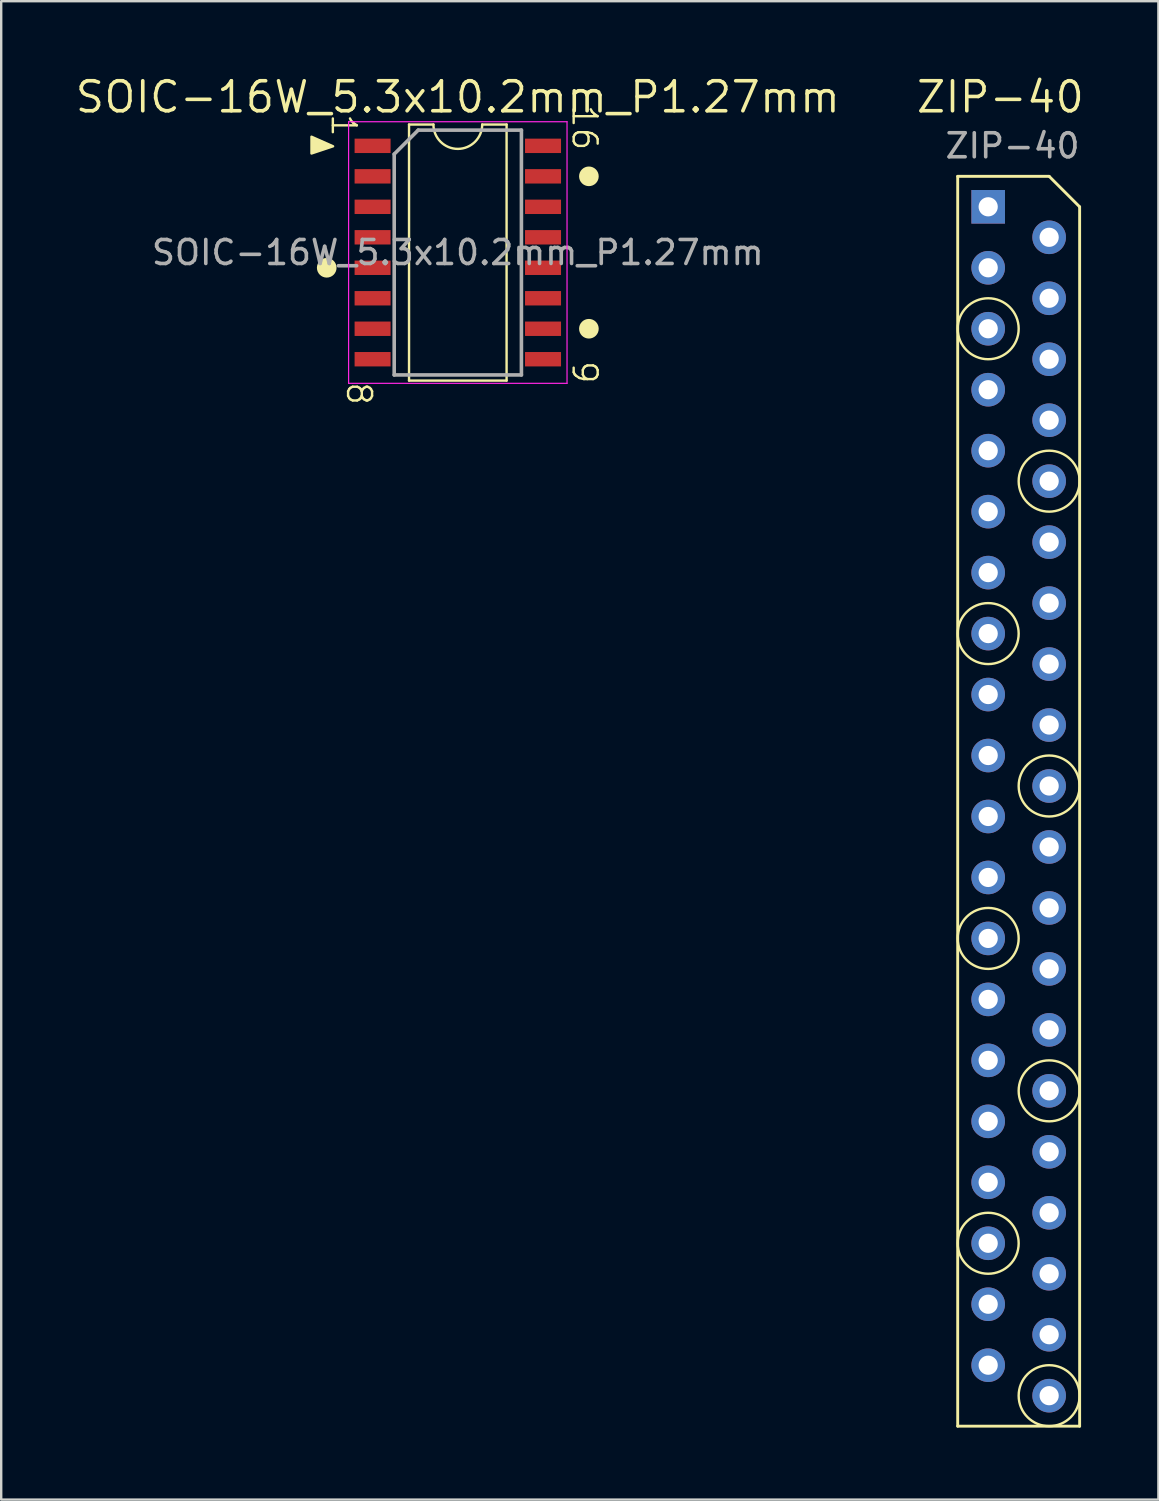
<source format=kicad_pcb>
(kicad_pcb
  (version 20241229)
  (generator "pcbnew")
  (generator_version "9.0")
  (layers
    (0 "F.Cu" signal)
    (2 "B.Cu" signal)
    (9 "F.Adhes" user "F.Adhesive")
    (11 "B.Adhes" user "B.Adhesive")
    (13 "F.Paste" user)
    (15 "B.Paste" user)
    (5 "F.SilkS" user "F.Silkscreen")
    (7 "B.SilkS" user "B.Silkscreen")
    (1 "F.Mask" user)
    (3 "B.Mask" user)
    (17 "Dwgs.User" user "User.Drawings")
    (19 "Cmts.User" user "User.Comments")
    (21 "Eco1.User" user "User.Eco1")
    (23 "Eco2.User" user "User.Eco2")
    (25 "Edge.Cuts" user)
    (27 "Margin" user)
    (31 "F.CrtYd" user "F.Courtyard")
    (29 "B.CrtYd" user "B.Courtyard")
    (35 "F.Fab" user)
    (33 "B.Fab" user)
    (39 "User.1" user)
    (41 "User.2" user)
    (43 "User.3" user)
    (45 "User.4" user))
  (footprint "ZIP-40"
    (layer "F.Cu")
    (at 38.119 5.566)
    (property "Reference" "ZIP-40" (at 0.508 -4.572 0) (layer "F.SilkS") (effects (font (size 1.25 1.25) (thickness 0.15))))
    (attr through_hole)
    (fp_line (start -1.27 -1.27) (end -1.27 50.8) (stroke (width 0.12) (type solid)) (layer "F.SilkS"))
    (fp_line (start -1.27 50.8) (end 3.81 50.8) (stroke (width 0.12) (type solid)) (layer "F.SilkS"))
    (fp_line (start 2.54 -1.27) (end -1.27 -1.27) (stroke (width 0.12) (type solid)) (layer "F.SilkS"))
    (fp_line (start 3.81 0) (end 2.54 -1.27) (stroke (width 0.12) (type solid)) (layer "F.SilkS"))
    (fp_line (start 3.81 50.8) (end 3.81 0) (stroke (width 0.12) (type solid)) (layer "F.SilkS"))
    (fp_circle (center 0 5.08) (end 1.27 5.08) (stroke (width 0.1) (type default)) (fill no) (layer "F.SilkS"))
    (fp_circle (center 0 17.78) (end 1.27 17.78) (stroke (width 0.1) (type default)) (fill no) (layer "F.SilkS"))
    (fp_circle (center 0 30.48) (end 1.27 30.48) (stroke (width 0.1) (type default)) (fill no) (layer "F.SilkS"))
    (fp_circle (center 0 43.18) (end 1.27 43.18) (stroke (width 0.1) (type default)) (fill no) (layer "F.SilkS"))
    (fp_circle (center 2.54 11.43) (end 3.81 11.43) (stroke (width 0.1) (type default)) (fill no) (layer "F.SilkS"))
    (fp_circle (center 2.54 24.13) (end 3.81 24.13) (stroke (width 0.1) (type default)) (fill no) (layer "F.SilkS"))
    (fp_circle (center 2.54 36.83) (end 3.81 36.83) (stroke (width 0.1) (type default)) (fill no) (layer "F.SilkS"))
    (fp_circle (center 2.54 49.53) (end 3.81 49.53) (stroke (width 0.1) (type default)) (fill no) (layer "F.SilkS"))
    (fp_text user "${REFERENCE}" (at 1.016 -2.54 0) (layer "F.Fab") (effects (font (size 1 1) (thickness 0.15))))
    (pad "1" thru_hole rect (at 0 0) (size 1.4 1.4) (drill 0.8) (layers "*.Cu" "*.Mask"))
    (pad "2" thru_hole oval (at 2.54 1.27) (size 1.4 1.4) (drill 0.8) (layers "*.Cu" "*.Mask"))
    (pad "3" thru_hole oval (at 0 2.54) (size 1.4 1.4) (drill 0.8) (layers "*.Cu" "*.Mask"))
    (pad "4" thru_hole oval (at 2.54 3.81) (size 1.4 1.4) (drill 0.8) (layers "*.Cu" "*.Mask"))
    (pad "5" thru_hole oval (at 0 5.08) (size 1.4 1.4) (drill 0.8) (layers "*.Cu" "*.Mask"))
    (pad "6" thru_hole oval (at 2.54 6.35) (size 1.4 1.4) (drill 0.8) (layers "*.Cu" "*.Mask"))
    (pad "7" thru_hole oval (at 0 7.62) (size 1.4 1.4) (drill 0.8) (layers "*.Cu" "*.Mask"))
    (pad "8" thru_hole oval (at 2.54 8.89) (size 1.4 1.4) (drill 0.8) (layers "*.Cu" "*.Mask"))
    (pad "9" thru_hole oval (at 0 10.16) (size 1.4 1.4) (drill 0.8) (layers "*.Cu" "*.Mask"))
    (pad "10" thru_hole oval (at 2.54 11.43) (size 1.4 1.4) (drill 0.8) (layers "*.Cu" "*.Mask"))
    (pad "11" thru_hole oval (at 0 12.7) (size 1.4 1.4) (drill 0.8) (layers "*.Cu" "*.Mask"))
    (pad "12" thru_hole oval (at 2.54 13.97) (size 1.4 1.4) (drill 0.8) (layers "*.Cu" "*.Mask"))
    (pad "13" thru_hole oval (at 0 15.24) (size 1.4 1.4) (drill 0.8) (layers "*.Cu" "*.Mask"))
    (pad "14" thru_hole oval (at 2.54 16.51) (size 1.4 1.4) (drill 0.8) (layers "*.Cu" "*.Mask"))
    (pad "15" thru_hole oval (at 0 17.78) (size 1.4 1.4) (drill 0.8) (layers "*.Cu" "*.Mask"))
    (pad "16" thru_hole oval (at 2.54 19.05) (size 1.4 1.4) (drill 0.8) (layers "*.Cu" "*.Mask"))
    (pad "17" thru_hole oval (at 0 20.32) (size 1.4 1.4) (drill 0.8) (layers "*.Cu" "*.Mask"))
    (pad "18" thru_hole oval (at 2.54 21.59) (size 1.4 1.4) (drill 0.8) (layers "*.Cu" "*.Mask"))
    (pad "19" thru_hole oval (at 0 22.86) (size 1.4 1.4) (drill 0.8) (layers "*.Cu" "*.Mask"))
    (pad "20" thru_hole oval (at 2.54 24.13) (size 1.4 1.4) (drill 0.8) (layers "*.Cu" "*.Mask"))
    (pad "21" thru_hole oval (at 0 25.4) (size 1.4 1.4) (drill 0.8) (layers "*.Cu" "*.Mask"))
    (pad "22" thru_hole oval (at 2.54 26.67) (size 1.4 1.4) (drill 0.8) (layers "*.Cu" "*.Mask"))
    (pad "23" thru_hole oval (at 0 27.94) (size 1.4 1.4) (drill 0.8) (layers "*.Cu" "*.Mask"))
    (pad "24" thru_hole oval (at 2.54 29.21) (size 1.4 1.4) (drill 0.8) (layers "*.Cu" "*.Mask"))
    (pad "25" thru_hole oval (at 0 30.48) (size 1.4 1.4) (drill 0.8) (layers "*.Cu" "*.Mask"))
    (pad "26" thru_hole oval (at 2.54 31.75) (size 1.4 1.4) (drill 0.8) (layers "*.Cu" "*.Mask"))
    (pad "27" thru_hole oval (at 0 33.02) (size 1.4 1.4) (drill 0.8) (layers "*.Cu" "*.Mask"))
    (pad "28" thru_hole oval (at 2.54 34.29) (size 1.4 1.4) (drill 0.8) (layers "*.Cu" "*.Mask"))
    (pad "29" thru_hole oval (at 0 35.56) (size 1.4 1.4) (drill 0.8) (layers "*.Cu" "*.Mask"))
    (pad "30" thru_hole oval (at 2.54 36.83) (size 1.4 1.4) (drill 0.8) (layers "*.Cu" "*.Mask"))
    (pad "31" thru_hole oval (at 0 38.1) (size 1.4 1.4) (drill 0.8) (layers "*.Cu" "*.Mask"))
    (pad "32" thru_hole oval (at 2.54 39.37) (size 1.4 1.4) (drill 0.8) (layers "*.Cu" "*.Mask"))
    (pad "33" thru_hole oval (at 0 40.64) (size 1.4 1.4) (drill 0.8) (layers "*.Cu" "*.Mask"))
    (pad "34" thru_hole oval (at 2.54 41.91) (size 1.4 1.4) (drill 0.8) (layers "*.Cu" "*.Mask"))
    (pad "35" thru_hole oval (at 0 43.18) (size 1.4 1.4) (drill 0.8) (layers "*.Cu" "*.Mask"))
    (pad "36" thru_hole oval (at 2.54 44.45) (size 1.4 1.4) (drill 0.8) (layers "*.Cu" "*.Mask"))
    (pad "37" thru_hole oval (at 0 45.72) (size 1.4 1.4) (drill 0.8) (layers "*.Cu" "*.Mask"))
    (pad "38" thru_hole oval (at 2.54 46.99) (size 1.4 1.4) (drill 0.8) (layers "*.Cu" "*.Mask"))
    (pad "39" thru_hole oval (at 0 48.26) (size 1.4 1.4) (drill 0.8) (layers "*.Cu" "*.Mask"))
    (pad "40" thru_hole oval (at 2.54 49.53) (size 1.4 1.4) (drill 0.8) (layers "*.Cu" "*.Mask")))
  (footprint "SOIC-16W_5.3x10.2mm_P1.27mm"
    (layer "F.Cu")
    (at 16.023 7.471)
    (property "Reference" "SOIC-16W_5.3x10.2mm_P1.27mm" (at 0 -6.477 0) (layer "F.SilkS") (effects (font (size 1.25 1.25) (thickness 0.15))))
    (attr smd)
    (fp_line (start -2.032 -5.334) (end -1.016 -5.334) (stroke (width 0.1) (type solid)) (layer "F.SilkS"))
    (fp_line (start -2.032 5.334) (end -2.032 -5.334) (stroke (width 0.1) (type solid)) (layer "F.SilkS"))
    (fp_line (start 2.032 -5.334) (end 1.016 -5.334) (stroke (width 0.1) (type solid)) (layer "F.SilkS"))
    (fp_line (start 2.032 5.334) (end -2.032 5.334) (stroke (width 0.1) (type solid)) (layer "F.SilkS"))
    (fp_line (start 2.032 5.334) (end 2.032 -5.334) (stroke (width 0.1) (type solid)) (layer "F.SilkS"))
    (fp_arc (start 1.016 -5.334) (mid 0 -4.318) (end -1.016 -5.334) (stroke (width 0.1) (type solid)) (layer "F.SilkS"))
    (fp_circle (center -5.461 0.635) (end -5.461 0.994) (stroke (width 0.1) (type solid)) (fill yes) (layer "F.SilkS"))
    (fp_circle (center 5.461 -3.175) (end 5.461 -2.816) (stroke (width 0.1) (type solid)) (fill yes) (layer "F.SilkS"))
    (fp_circle (center 5.461 3.175) (end 5.461 3.534) (stroke (width 0.1) (type solid)) (fill yes) (layer "F.SilkS"))
    (fp_poly (pts (xy -5.196 -4.426) (xy -6.096 -4.826) (xy -6.096 -4.126)) (stroke (width 0.1) (type solid)) (fill yes) (layer "F.SilkS"))
    (fp_line (start -4.55 -5.45) (end -4.55 5.45) (stroke (width 0.05) (type solid)) (layer "F.CrtYd"))
    (fp_line (start -4.55 -5.45) (end 4.55 -5.45) (stroke (width 0.05) (type solid)) (layer "F.CrtYd"))
    (fp_line (start -4.55 5.45) (end 4.55 5.45) (stroke (width 0.05) (type solid)) (layer "F.CrtYd"))
    (fp_line (start 4.55 -5.45) (end 4.55 5.45) (stroke (width 0.05) (type solid)) (layer "F.CrtYd"))
    (fp_line (start -2.65 -4.1) (end -1.65 -5.1) (stroke (width 0.15) (type solid)) (layer "F.Fab"))
    (fp_line (start -2.65 5.1) (end -2.65 -4.1) (stroke (width 0.15) (type solid)) (layer "F.Fab"))
    (fp_line (start -1.65 -5.1) (end 2.65 -5.1) (stroke (width 0.15) (type solid)) (layer "F.Fab"))
    (fp_line (start 2.65 -5.1) (end 2.65 5.1) (stroke (width 0.15) (type solid)) (layer "F.Fab"))
    (fp_line (start 2.65 5.1) (end -2.65 5.1) (stroke (width 0.15) (type solid)) (layer "F.Fab"))
    (fp_text user "8" (at -4.699 5.334 270) (unlocked yes) (layer "F.SilkS") (effects (font (size 1 1) (thickness 0.1)) (justify left bottom)))
    (fp_text user "16" (at 4.699 -6.223 270) (unlocked yes) (layer "F.SilkS") (effects (font (size 1 1) (thickness 0.1)) (justify left bottom)))
    (fp_text user "9" (at 4.699 4.445 270) (unlocked yes) (layer "F.SilkS") (effects (font (size 1 1) (thickness 0.1)) (justify left bottom)))
    (fp_text user "1" (at -5.334 -5.842 270) (unlocked yes) (layer "F.SilkS") (effects (font (size 1 1) (thickness 0.1)) (justify left bottom)))
    (fp_text user "${REFERENCE}" (at 0 0 0) (layer "F.Fab") (effects (font (size 1 1) (thickness 0.15))))
    (pad "1" smd rect (at -3.55 -4.445) (size 1.5 0.6) (layers "F.Cu" "F.Mask" "F.Paste"))
    (pad "2" smd rect (at -3.55 -3.175) (size 1.5 0.6) (layers "F.Cu" "F.Mask" "F.Paste"))
    (pad "3" smd rect (at -3.55 -1.905) (size 1.5 0.6) (layers "F.Cu" "F.Mask" "F.Paste"))
    (pad "4" smd rect (at -3.55 -0.635) (size 1.5 0.6) (layers "F.Cu" "F.Mask" "F.Paste"))
    (pad "5" smd rect (at -3.55 0.635) (size 1.5 0.6) (layers "F.Cu" "F.Mask" "F.Paste"))
    (pad "6" smd rect (at -3.55 1.905) (size 1.5 0.6) (layers "F.Cu" "F.Mask" "F.Paste"))
    (pad "7" smd rect (at -3.55 3.175) (size 1.5 0.6) (layers "F.Cu" "F.Mask" "F.Paste"))
    (pad "8" smd rect (at -3.55 4.445) (size 1.5 0.6) (layers "F.Cu" "F.Mask" "F.Paste"))
    (pad "9" smd rect (at 3.55 4.445) (size 1.5 0.6) (layers "F.Cu" "F.Mask" "F.Paste"))
    (pad "10" smd rect (at 3.55 3.175) (size 1.5 0.6) (layers "F.Cu" "F.Mask" "F.Paste"))
    (pad "11" smd rect (at 3.55 1.905) (size 1.5 0.6) (layers "F.Cu" "F.Mask" "F.Paste"))
    (pad "12" smd rect (at 3.55 0.635) (size 1.5 0.6) (layers "F.Cu" "F.Mask" "F.Paste"))
    (pad "13" smd rect (at 3.55 -0.635) (size 1.5 0.6) (layers "F.Cu" "F.Mask" "F.Paste"))
    (pad "14" smd rect (at 3.55 -1.905) (size 1.5 0.6) (layers "F.Cu" "F.Mask" "F.Paste"))
    (pad "15" smd rect (at 3.55 -3.175) (size 1.5 0.6) (layers "F.Cu" "F.Mask" "F.Paste"))
    (pad "16" smd rect (at 3.55 -4.445) (size 1.5 0.6) (layers "F.Cu" "F.Mask" "F.Paste")))
  (gr_rect
    (start -3 -3)
    (end 45.21 59.426)
    (stroke (width 0.1) (type default))
    (fill no)
    (layer "Edge.Cuts")))
</source>
